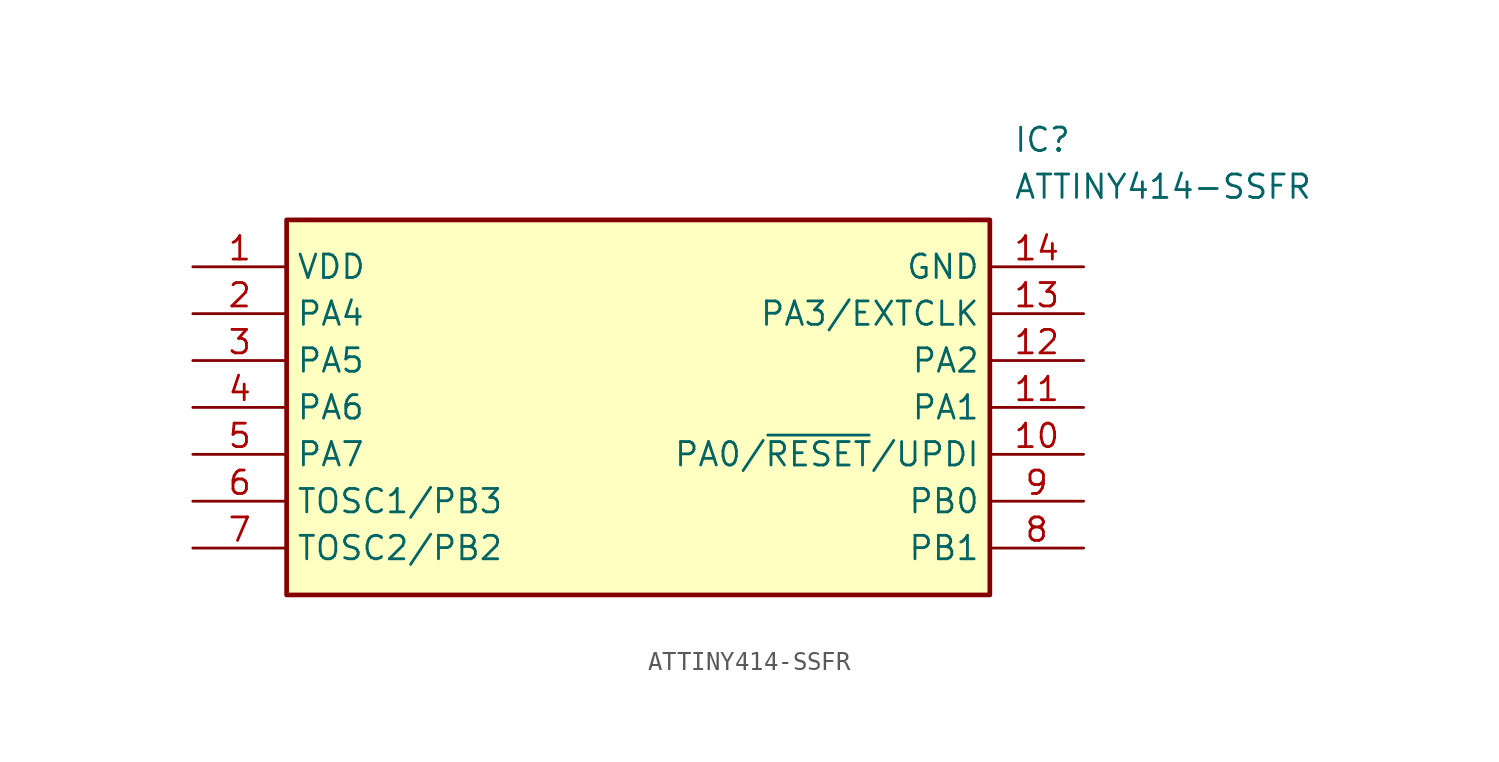
<source format=kicad_sym>
(kicad_symbol_lib
  (version 20211014)
  (generator SamacSys_ECAD_Model)
  (symbol "ATTINY414-SSFR"
    (property "Reference" "IC"
      (at 44.45 7.62 0)
      (effects (font (size 1.27 1.27)) (justify left top)))
    (property "Value" "ATTINY414-SSFR"
      (at 44.45 5.08 0)
      (effects (font (size 1.27 1.27)) (justify left top)))
    (rectangle
      (start 5.08 2.54)
      (end 43.18 -17.78)
      (stroke (width 0.254) (type default))
      (fill (type background)))
    (pin power_in line
      (at 0 0 0)
      (length 5.08)
      (name "VDD" (effects (font (size 1.27 1.27))))
      (number "1" (effects (font (size 1.27 1.27)))))
    (pin bidirectional line
      (at 0 -2.54 0)
      (length 5.08)
      (name "PA4" (effects (font (size 1.27 1.27))))
      (number "2" (effects (font (size 1.27 1.27)))))
    (pin bidirectional line
      (at 0 -5.08 0)
      (length 5.08)
      (name "PA5" (effects (font (size 1.27 1.27))))
      (number "3" (effects (font (size 1.27 1.27)))))
    (pin bidirectional line
      (at 0 -7.62 0)
      (length 5.08)
      (name "PA6" (effects (font (size 1.27 1.27))))
      (number "4" (effects (font (size 1.27 1.27)))))
    (pin bidirectional line
      (at 0 -10.16 0)
      (length 5.08)
      (name "PA7" (effects (font (size 1.27 1.27))))
      (number "5" (effects (font (size 1.27 1.27)))))
    (pin passive line
      (at 0 -12.7 0)
      (length 5.08)
      (name "TOSC1/PB3" (effects (font (size 1.27 1.27))))
      (number "6" (effects (font (size 1.27 1.27)))))
    (pin bidirectional line
      (at 0 -15.24 0)
      (length 5.08)
      (name "TOSC2/PB2" (effects (font (size 1.27 1.27))))
      (number "7" (effects (font (size 1.27 1.27)))))
    (pin power_in line
      (at 48.26 0 180)
      (length 5.08)
      (name "GND" (effects (font (size 1.27 1.27))))
      (number "14" (effects (font (size 1.27 1.27)))))
    (pin bidirectional line
      (at 48.26 -2.54 180)
      (length 5.08)
      (name "PA3/EXTCLK" (effects (font (size 1.27 1.27))))
      (number "13" (effects (font (size 1.27 1.27)))))
    (pin bidirectional line
      (at 48.26 -5.08 180)
      (length 5.08)
      (name "PA2" (effects (font (size 1.27 1.27))))
      (number "12" (effects (font (size 1.27 1.27)))))
    (pin bidirectional line
      (at 48.26 -7.62 180)
      (length 5.08)
      (name "PA1" (effects (font (size 1.27 1.27))))
      (number "11" (effects (font (size 1.27 1.27)))))
    (pin input line
      (at 48.26 -10.16 180)
      (length 5.08)
      (name "PA0/~{RESET}/UPDI" (effects (font (size 1.27 1.27))))
      (number "10" (effects (font (size 1.27 1.27)))))
    (pin bidirectional line
      (at 48.26 -12.7 180)
      (length 5.08)
      (name "PB0" (effects (font (size 1.27 1.27))))
      (number "9" (effects (font (size 1.27 1.27)))))
    (pin bidirectional line
      (at 48.26 -15.24 180)
      (length 5.08)
      (name "PB1" (effects (font (size 1.27 1.27))))
      (number "8" (effects (font (size 1.27 1.27)))))))
</source>
